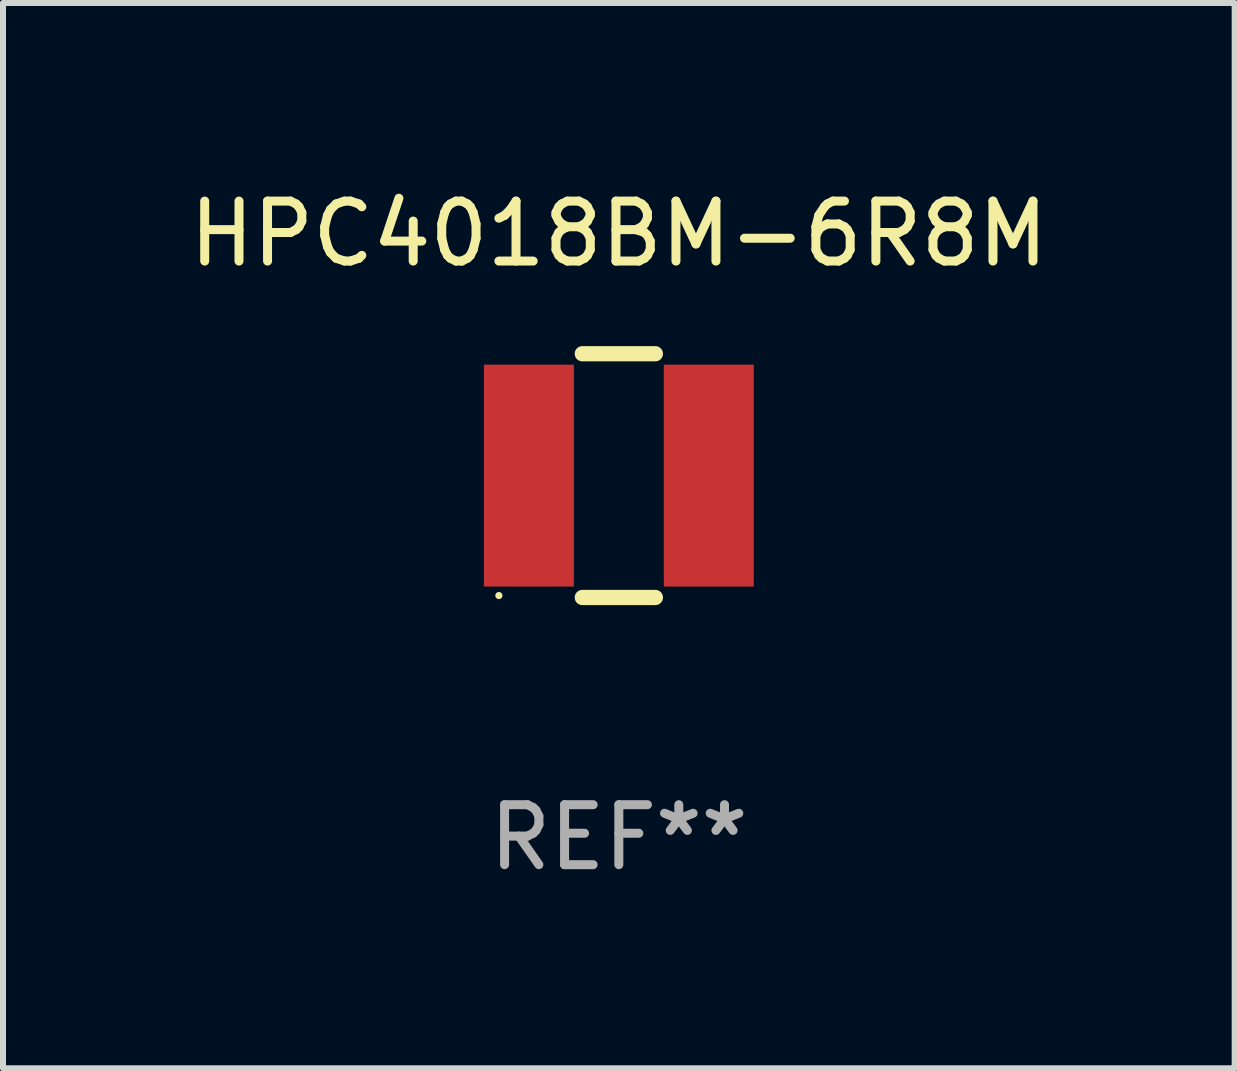
<source format=kicad_pcb>
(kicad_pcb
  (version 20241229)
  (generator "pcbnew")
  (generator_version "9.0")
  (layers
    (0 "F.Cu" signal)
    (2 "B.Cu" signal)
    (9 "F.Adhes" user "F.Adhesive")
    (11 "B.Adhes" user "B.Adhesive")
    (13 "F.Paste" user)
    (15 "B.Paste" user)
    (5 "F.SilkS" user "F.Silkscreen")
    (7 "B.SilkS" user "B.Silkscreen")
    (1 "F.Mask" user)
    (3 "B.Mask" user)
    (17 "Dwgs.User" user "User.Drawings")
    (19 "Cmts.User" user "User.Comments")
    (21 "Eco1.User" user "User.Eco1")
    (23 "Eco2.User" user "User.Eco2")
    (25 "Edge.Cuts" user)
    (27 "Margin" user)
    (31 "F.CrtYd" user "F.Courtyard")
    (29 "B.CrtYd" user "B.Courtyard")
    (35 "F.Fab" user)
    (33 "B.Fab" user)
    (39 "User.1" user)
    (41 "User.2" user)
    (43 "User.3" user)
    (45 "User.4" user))
  (footprint "HPC4018BM-6R8M"
    (layer "F.Cu")
    (at 7.268 4.88)
    (property "Reference" "HPC4018BM-6R8M" (at 0 -4.032 0) (layer "F.SilkS") (effects (font (size 1 1) (thickness 0.15))))
    (attr through_hole)
    (fp_line (start -0.609 -2.032) (end 0.609 -2.032) (stroke (width 0.254) (type solid)) (layer "F.SilkS"))
    (fp_line (start -0.609 2.032) (end 0.609 2.032) (stroke (width 0.254) (type solid)) (layer "F.SilkS"))
    (fp_circle (center -2 2) (end -1.97 2) (stroke (width 0.06) (type solid)) (fill no) (layer "F.SilkS"))
    (fp_text user "REF**" (at 0 6.032 0) (layer "F.Fab") (effects (font (size 1 1) (thickness 0.15))))
    (pad "1" smd rect (at -1.5 0 90) (size 3.7 1.5) (layers "F.Cu" "F.Mask" "F.Paste"))
    (pad "2" smd rect (at 1.5 0 90) (size 3.7 1.5) (layers "F.Cu" "F.Mask" "F.Paste")))
  (gr_rect
    (start -3 -3)
    (end 17.536 14.761)
    (stroke (width 0.1) (type default))
    (fill no)
    (layer "Edge.Cuts")))
</source>
